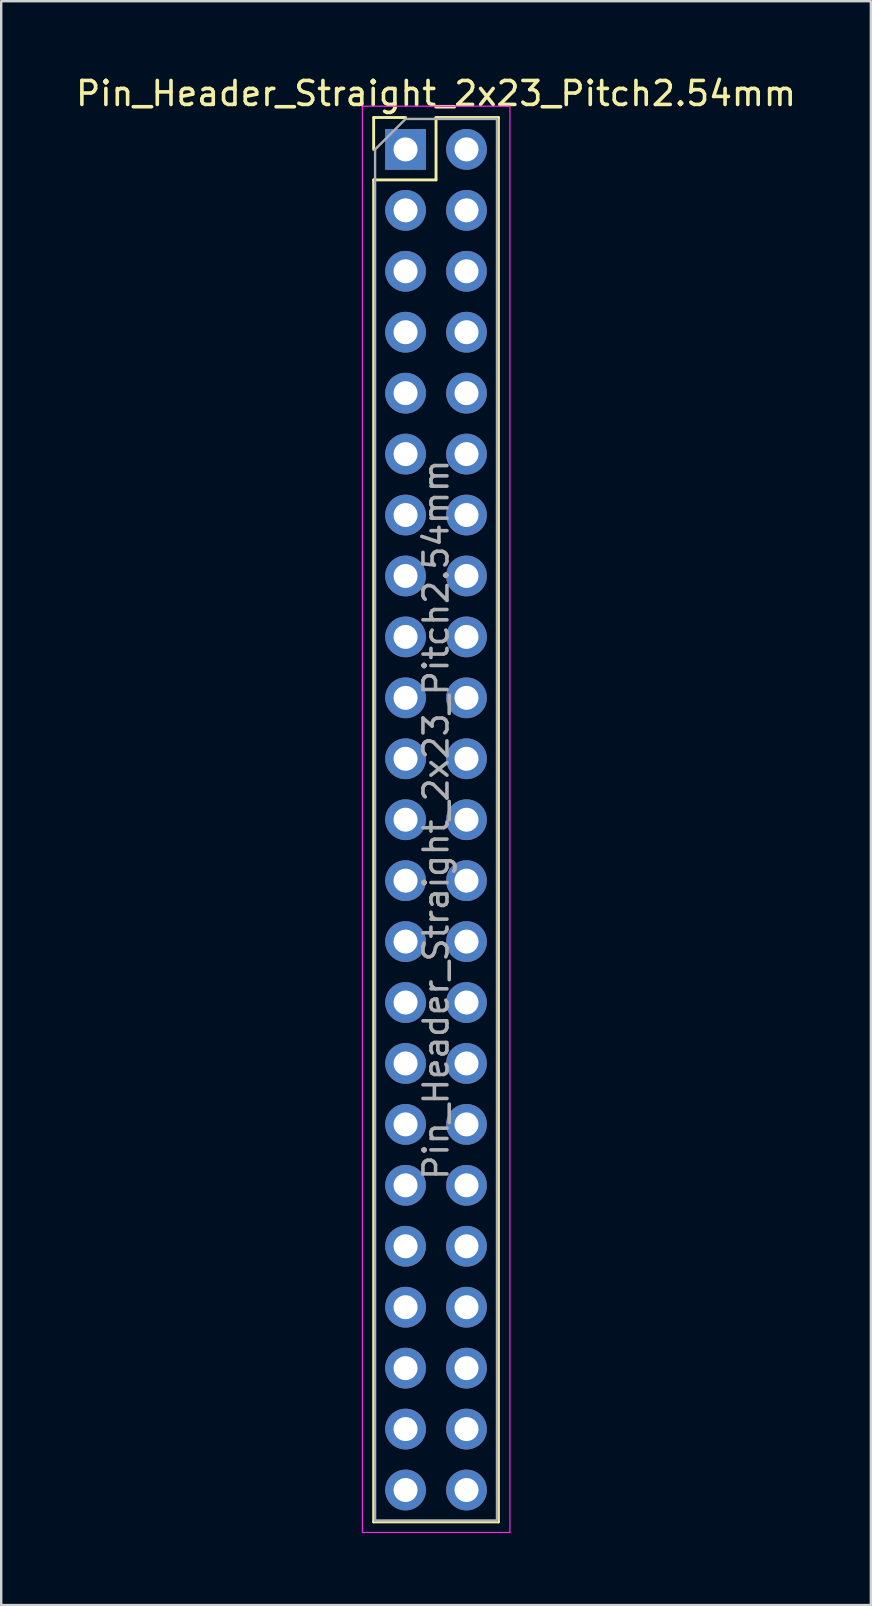
<source format=kicad_pcb>
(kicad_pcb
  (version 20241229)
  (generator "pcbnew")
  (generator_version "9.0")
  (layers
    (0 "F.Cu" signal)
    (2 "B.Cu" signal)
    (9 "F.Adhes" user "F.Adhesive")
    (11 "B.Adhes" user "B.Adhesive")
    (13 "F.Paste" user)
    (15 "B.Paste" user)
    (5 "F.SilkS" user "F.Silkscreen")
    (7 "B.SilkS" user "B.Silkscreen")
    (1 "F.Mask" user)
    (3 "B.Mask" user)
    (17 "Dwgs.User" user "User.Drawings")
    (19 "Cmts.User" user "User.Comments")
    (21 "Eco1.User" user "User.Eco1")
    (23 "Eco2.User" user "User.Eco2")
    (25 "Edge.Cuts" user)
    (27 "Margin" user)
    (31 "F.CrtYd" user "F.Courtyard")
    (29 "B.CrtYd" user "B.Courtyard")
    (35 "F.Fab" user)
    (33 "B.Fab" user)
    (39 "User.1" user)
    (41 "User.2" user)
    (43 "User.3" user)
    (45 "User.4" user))
  (footprint "Pin_Header_Straight_2x23_Pitch2.54mm"
    (layer "F.Cu")
    (at 13.855 3.178)
    (property "Reference" "Pin_Header_Straight_2x23_Pitch2.54mm" (at 1.27 -2.33 0) (layer "F.SilkS") (effects (font (size 1 1) (thickness 0.15))))
    (attr through_hole)
    (fp_line (start -1.33 -1.33) (end 0 -1.33) (stroke (width 0.12) (type solid)) (layer "F.SilkS"))
    (fp_line (start -1.33 0) (end -1.33 -1.33) (stroke (width 0.12) (type solid)) (layer "F.SilkS"))
    (fp_line (start -1.33 1.27) (end -1.33 57.21) (stroke (width 0.12) (type solid)) (layer "F.SilkS"))
    (fp_line (start -1.33 1.27) (end 1.27 1.27) (stroke (width 0.12) (type solid)) (layer "F.SilkS"))
    (fp_line (start -1.33 57.21) (end 3.87 57.21) (stroke (width 0.12) (type solid)) (layer "F.SilkS"))
    (fp_line (start 1.27 -1.33) (end 3.87 -1.33) (stroke (width 0.12) (type solid)) (layer "F.SilkS"))
    (fp_line (start 1.27 1.27) (end 1.27 -1.33) (stroke (width 0.12) (type solid)) (layer "F.SilkS"))
    (fp_line (start 3.87 -1.33) (end 3.87 57.21) (stroke (width 0.12) (type solid)) (layer "F.SilkS"))
    (fp_line (start -1.8 -1.8) (end -1.8 57.65) (stroke (width 0.05) (type solid)) (layer "F.CrtYd"))
    (fp_line (start -1.8 57.65) (end 4.35 57.65) (stroke (width 0.05) (type solid)) (layer "F.CrtYd"))
    (fp_line (start 4.35 -1.8) (end -1.8 -1.8) (stroke (width 0.05) (type solid)) (layer "F.CrtYd"))
    (fp_line (start 4.35 57.65) (end 4.35 -1.8) (stroke (width 0.05) (type solid)) (layer "F.CrtYd"))
    (fp_line (start -1.27 0) (end 0 -1.27) (stroke (width 0.1) (type solid)) (layer "F.Fab"))
    (fp_line (start -1.27 57.15) (end -1.27 0) (stroke (width 0.1) (type solid)) (layer "F.Fab"))
    (fp_line (start 0 -1.27) (end 3.81 -1.27) (stroke (width 0.1) (type solid)) (layer "F.Fab"))
    (fp_line (start 3.81 -1.27) (end 3.81 57.15) (stroke (width 0.1) (type solid)) (layer "F.Fab"))
    (fp_line (start 3.81 57.15) (end -1.27 57.15) (stroke (width 0.1) (type solid)) (layer "F.Fab"))
    (fp_text user "${REFERENCE}" (at 1.27 27.94 90) (layer "F.Fab") (effects (font (size 1 1) (thickness 0.15))))
    (pad "1" thru_hole rect (at 0 0) (size 1.7 1.7) (drill 1) (layers "*.Cu" "*.Mask"))
    (pad "2" thru_hole oval (at 2.54 0) (size 1.7 1.7) (drill 1) (layers "*.Cu" "*.Mask"))
    (pad "3" thru_hole oval (at 0 2.54) (size 1.7 1.7) (drill 1) (layers "*.Cu" "*.Mask"))
    (pad "4" thru_hole oval (at 2.54 2.54) (size 1.7 1.7) (drill 1) (layers "*.Cu" "*.Mask"))
    (pad "5" thru_hole oval (at 0 5.08) (size 1.7 1.7) (drill 1) (layers "*.Cu" "*.Mask"))
    (pad "6" thru_hole oval (at 2.54 5.08) (size 1.7 1.7) (drill 1) (layers "*.Cu" "*.Mask"))
    (pad "7" thru_hole oval (at 0 7.62) (size 1.7 1.7) (drill 1) (layers "*.Cu" "*.Mask"))
    (pad "8" thru_hole oval (at 2.54 7.62) (size 1.7 1.7) (drill 1) (layers "*.Cu" "*.Mask"))
    (pad "9" thru_hole oval (at 0 10.16) (size 1.7 1.7) (drill 1) (layers "*.Cu" "*.Mask"))
    (pad "10" thru_hole oval (at 2.54 10.16) (size 1.7 1.7) (drill 1) (layers "*.Cu" "*.Mask"))
    (pad "11" thru_hole oval (at 0 12.7) (size 1.7 1.7) (drill 1) (layers "*.Cu" "*.Mask"))
    (pad "12" thru_hole oval (at 2.54 12.7) (size 1.7 1.7) (drill 1) (layers "*.Cu" "*.Mask"))
    (pad "13" thru_hole oval (at 0 15.24) (size 1.7 1.7) (drill 1) (layers "*.Cu" "*.Mask"))
    (pad "14" thru_hole oval (at 2.54 15.24) (size 1.7 1.7) (drill 1) (layers "*.Cu" "*.Mask"))
    (pad "15" thru_hole oval (at 0 17.78) (size 1.7 1.7) (drill 1) (layers "*.Cu" "*.Mask"))
    (pad "16" thru_hole oval (at 2.54 17.78) (size 1.7 1.7) (drill 1) (layers "*.Cu" "*.Mask"))
    (pad "17" thru_hole oval (at 0 20.32) (size 1.7 1.7) (drill 1) (layers "*.Cu" "*.Mask"))
    (pad "18" thru_hole oval (at 2.54 20.32) (size 1.7 1.7) (drill 1) (layers "*.Cu" "*.Mask"))
    (pad "19" thru_hole oval (at 0 22.86) (size 1.7 1.7) (drill 1) (layers "*.Cu" "*.Mask"))
    (pad "20" thru_hole oval (at 2.54 22.86) (size 1.7 1.7) (drill 1) (layers "*.Cu" "*.Mask"))
    (pad "21" thru_hole oval (at 0 25.4) (size 1.7 1.7) (drill 1) (layers "*.Cu" "*.Mask"))
    (pad "22" thru_hole oval (at 2.54 25.4) (size 1.7 1.7) (drill 1) (layers "*.Cu" "*.Mask"))
    (pad "23" thru_hole oval (at 0 27.94) (size 1.7 1.7) (drill 1) (layers "*.Cu" "*.Mask"))
    (pad "24" thru_hole oval (at 2.54 27.94) (size 1.7 1.7) (drill 1) (layers "*.Cu" "*.Mask"))
    (pad "25" thru_hole oval (at 0 30.48) (size 1.7 1.7) (drill 1) (layers "*.Cu" "*.Mask"))
    (pad "26" thru_hole oval (at 2.54 30.48) (size 1.7 1.7) (drill 1) (layers "*.Cu" "*.Mask"))
    (pad "27" thru_hole oval (at 0 33.02) (size 1.7 1.7) (drill 1) (layers "*.Cu" "*.Mask"))
    (pad "28" thru_hole oval (at 2.54 33.02) (size 1.7 1.7) (drill 1) (layers "*.Cu" "*.Mask"))
    (pad "29" thru_hole oval (at 0 35.56) (size 1.7 1.7) (drill 1) (layers "*.Cu" "*.Mask"))
    (pad "30" thru_hole oval (at 2.54 35.56) (size 1.7 1.7) (drill 1) (layers "*.Cu" "*.Mask"))
    (pad "31" thru_hole oval (at 0 38.1) (size 1.7 1.7) (drill 1) (layers "*.Cu" "*.Mask"))
    (pad "32" thru_hole oval (at 2.54 38.1) (size 1.7 1.7) (drill 1) (layers "*.Cu" "*.Mask"))
    (pad "33" thru_hole oval (at 0 40.64) (size 1.7 1.7) (drill 1) (layers "*.Cu" "*.Mask"))
    (pad "34" thru_hole oval (at 2.54 40.64) (size 1.7 1.7) (drill 1) (layers "*.Cu" "*.Mask"))
    (pad "35" thru_hole oval (at 0 43.18) (size 1.7 1.7) (drill 1) (layers "*.Cu" "*.Mask"))
    (pad "36" thru_hole oval (at 2.54 43.18) (size 1.7 1.7) (drill 1) (layers "*.Cu" "*.Mask"))
    (pad "37" thru_hole oval (at 0 45.72) (size 1.7 1.7) (drill 1) (layers "*.Cu" "*.Mask"))
    (pad "38" thru_hole oval (at 2.54 45.72) (size 1.7 1.7) (drill 1) (layers "*.Cu" "*.Mask"))
    (pad "39" thru_hole oval (at 0 48.26) (size 1.7 1.7) (drill 1) (layers "*.Cu" "*.Mask"))
    (pad "40" thru_hole oval (at 2.54 48.26) (size 1.7 1.7) (drill 1) (layers "*.Cu" "*.Mask"))
    (pad "41" thru_hole oval (at 0 50.8) (size 1.7 1.7) (drill 1) (layers "*.Cu" "*.Mask"))
    (pad "42" thru_hole oval (at 2.54 50.8) (size 1.7 1.7) (drill 1) (layers "*.Cu" "*.Mask"))
    (pad "43" thru_hole oval (at 0 53.34) (size 1.7 1.7) (drill 1) (layers "*.Cu" "*.Mask"))
    (pad "44" thru_hole oval (at 2.54 53.34) (size 1.7 1.7) (drill 1) (layers "*.Cu" "*.Mask"))
    (pad "45" thru_hole oval (at 0 55.88) (size 1.7 1.7) (drill 1) (layers "*.Cu" "*.Mask"))
    (pad "46" thru_hole oval (at 2.54 55.88) (size 1.7 1.7) (drill 1) (layers "*.Cu" "*.Mask")))
  (gr_rect
    (start -3 -3)
    (end 33.25 63.853)
    (stroke (width 0.1) (type default))
    (fill no)
    (layer "Edge.Cuts")))
</source>
